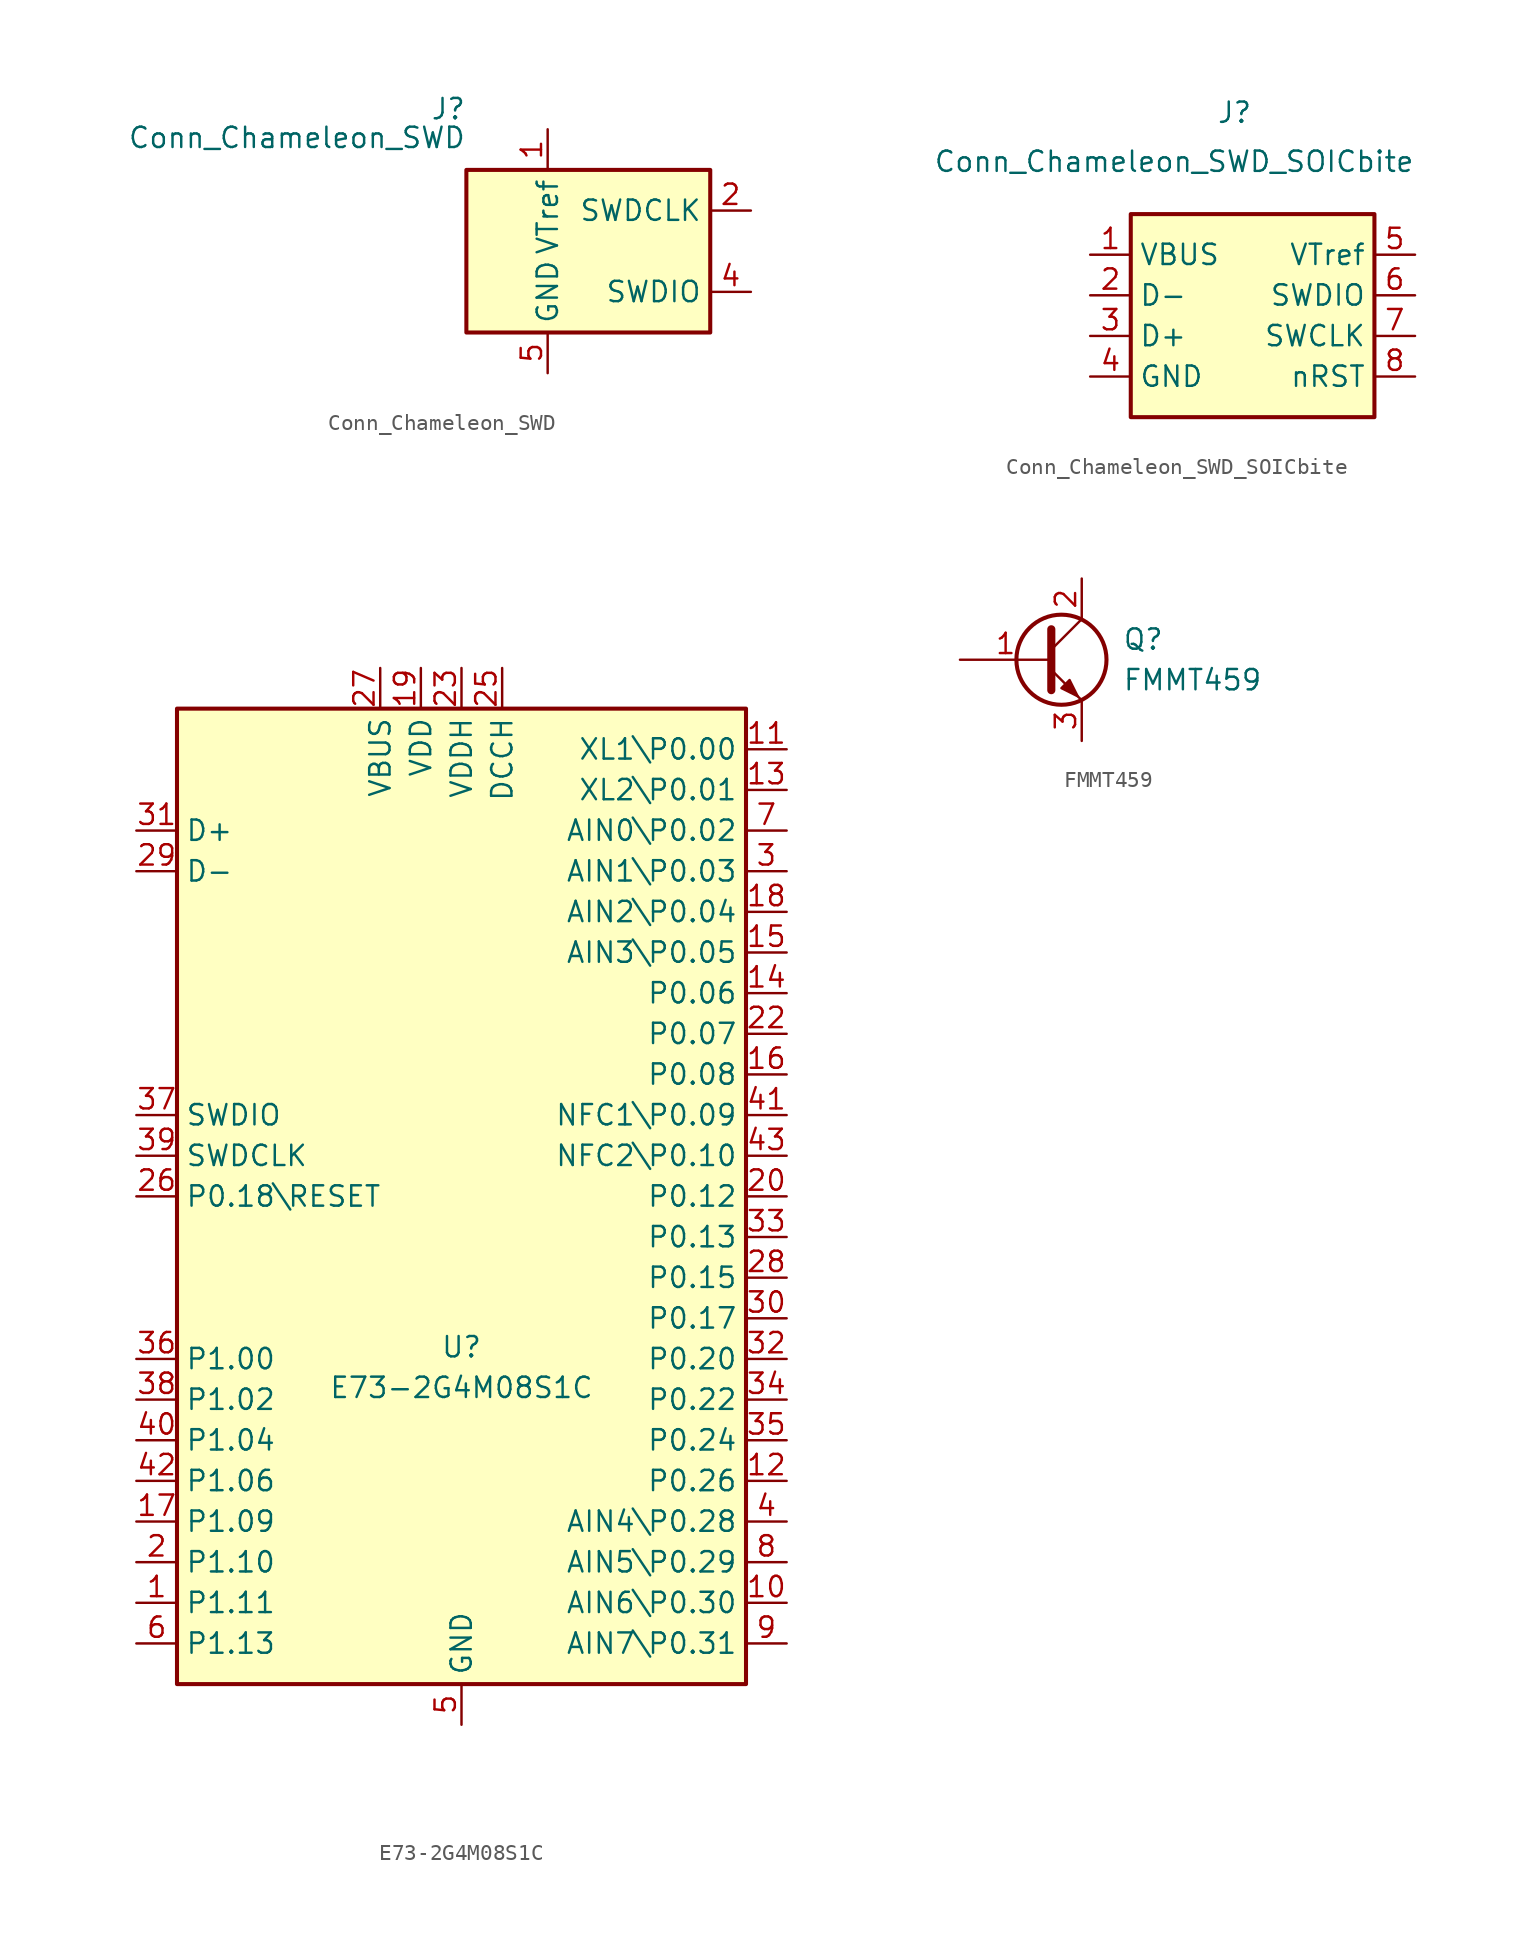
<source format=kicad_sym>
(kicad_symbol_lib
  (version 20201005)
  (generator kicad_symbol_editor)
  (symbol "Chameleon_Electronics:Conn_Chameleon_SWD"
    (property "Reference" "J"
      (at -7.62 8.89 0)
      (effects (font (size 1.27 1.27)) (justify right)))
    (property "Value" "Conn_Chameleon_SWD"
      (at -7.62 6.35 0)
      (effects (font (size 1.27 1.27)) (justify right bottom)))
    (symbol "Conn_Chameleon_SWD_0_1"
      (rectangle (start -7.62 5.08) (end 7.62 -5.08) (stroke (width 0.254)) (fill (type background))))
    (symbol "Conn_Chameleon_SWD_1_1"
      (pin power_in line (at -2.54 7.62 270) (length 2.54) (name "VTref" (effects (font (size 1.27 1.27)))) (number "1" (effects (font (size 1.27 1.27)))))
      (pin output line (at 10.16 2.54 180) (length 2.54) (name "SWDCLK" (effects (font (size 1.27 1.27)))) (number "2" (effects (font (size 1.27 1.27)))))
      (pin no_connect line (at -7.62 2.54 0) (length 2.54) hide (name "NC" (effects (font (size 1.27 1.27)))) (number "3" (effects (font (size 1.27 1.27)))))
      (pin bidirectional line (at 10.16 -2.54 180) (length 2.54) (name "SWDIO" (effects (font (size 1.27 1.27)))) (number "4" (effects (font (size 1.27 1.27)))))
      (pin power_in line (at -2.54 -7.62 90) (length 2.54) (name "GND" (effects (font (size 1.27 1.27)))) (number "5" (effects (font (size 1.27 1.27)))))
      (pin no_connect line (at -7.62 -2.54 0) (length 2.54) hide (name "NC" (effects (font (size 1.27 1.27)))) (number "6" (effects (font (size 1.27 1.27)))))))
  (symbol "Chameleon_Electronics:Conn_Chameleon_SWD_SOICbite"
    (property "Reference" "J"
      (at 0 11.43 0)
      (effects (font (size 1.27 1.27)) (justify right)))
    (property "Value" "Conn_Chameleon_SWD_SOICbite"
      (at 10.16 7.62 0)
      (effects (font (size 1.27 1.27)) (justify right bottom)))
    (symbol "Conn_Chameleon_SWD_SOICbite_0_1"
      (rectangle (start -7.62 5.08) (end 7.62 -7.62) (stroke (width 0.254)) (fill (type background))))
    (symbol "Conn_Chameleon_SWD_SOICbite_1_1"
      (pin power_in line (at -10.16 2.54 0) (length 2.54) (name "VBUS" (effects (font (size 1.27 1.27)))) (number "1" (effects (font (size 1.27 1.27)))))
      (pin bidirectional line (at -10.16 0 0) (length 2.54) (name "D-" (effects (font (size 1.27 1.27)))) (number "2" (effects (font (size 1.27 1.27)))))
      (pin bidirectional line (at -10.16 -2.54 0) (length 2.54) (name "D+" (effects (font (size 1.27 1.27)))) (number "3" (effects (font (size 1.27 1.27)))))
      (pin power_in line (at -10.16 -5.08 0) (length 2.54) (name "GND" (effects (font (size 1.27 1.27)))) (number "4" (effects (font (size 1.27 1.27)))))
      (pin bidirectional line (at 10.16 0 180) (length 2.54) (name "SWDIO" (effects (font (size 1.27 1.27)))) (number "6" (effects (font (size 1.27 1.27)))))
      (pin power_in line (at 10.16 2.54 180) (length 2.54) (name "VTref" (effects (font (size 1.27 1.27)))) (number "5" (effects (font (size 1.27 1.27)))))
      (pin bidirectional line (at 10.16 -2.54 180) (length 2.54) (name "SWCLK" (effects (font (size 1.27 1.27)))) (number "7" (effects (font (size 1.27 1.27)))))
      (pin output line (at 10.16 -5.08 180) (length 2.54) (name "nRST" (effects (font (size 1.27 1.27)))) (number "8" (effects (font (size 1.27 1.27)))))))
  (symbol "Chameleon_Electronics:E73-2G4M08S1C"
    (property "Reference" "U"
      (at 0 -10.16 0)
      (effects (font (size 1.27 1.27)) (justify bottom)))
    (property "Value" "E73-2G4M08S1C"
      (at 0 -12.7 0)
      (effects (font (size 1.27 1.27)) (justify bottom)))
    (symbol "E73-2G4M08S1C_0_1"
      (rectangle (start -17.78 30.48) (end 17.78 -30.48) (stroke (width 0.254)) (fill (type background))))
    (symbol "E73-2G4M08S1C_1_1"
      (pin bidirectional line (at -20.32 -25.4 0) (length 2.54) (name "P1.11" (effects (font (size 1.27 1.27)))) (number "1" (effects (font (size 1.27 1.27)))))
      (pin bidirectional line (at 20.32 -25.4 180) (length 2.54) (name "AIN6\\P0.30" (effects (font (size 1.27 1.27)))) (number "10" (effects (font (size 1.27 1.27)))))
      (pin bidirectional line (at 20.32 27.94 180) (length 2.54) (name "XL1\\P0.00" (effects (font (size 1.27 1.27)))) (number "11" (effects (font (size 1.27 1.27)))))
      (pin bidirectional line (at 20.32 -17.78 180) (length 2.54) (name "P0.26" (effects (font (size 1.27 1.27)))) (number "12" (effects (font (size 1.27 1.27)))))
      (pin bidirectional line (at 20.32 25.4 180) (length 2.54) (name "XL2\\P0.01" (effects (font (size 1.27 1.27)))) (number "13" (effects (font (size 1.27 1.27)))))
      (pin bidirectional line (at 20.32 12.7 180) (length 2.54) (name "P0.06" (effects (font (size 1.27 1.27)))) (number "14" (effects (font (size 1.27 1.27)))))
      (pin bidirectional line (at 20.32 15.24 180) (length 2.54) (name "AIN3\\P0.05" (effects (font (size 1.27 1.27)))) (number "15" (effects (font (size 1.27 1.27)))))
      (pin bidirectional line (at 20.32 7.62 180) (length 2.54) (name "P0.08" (effects (font (size 1.27 1.27)))) (number "16" (effects (font (size 1.27 1.27)))))
      (pin bidirectional line (at -20.32 -20.32 0) (length 2.54) (name "P1.09" (effects (font (size 1.27 1.27)))) (number "17" (effects (font (size 1.27 1.27)))))
      (pin bidirectional line (at 20.32 17.78 180) (length 2.54) (name "AIN2\\P0.04" (effects (font (size 1.27 1.27)))) (number "18" (effects (font (size 1.27 1.27)))))
      (pin power_in line (at -2.54 33.02 270) (length 2.54) (name "VDD" (effects (font (size 1.27 1.27)))) (number "19" (effects (font (size 1.27 1.27)))))
      (pin bidirectional line (at -20.32 -22.86 0) (length 2.54) (name "P1.10" (effects (font (size 1.27 1.27)))) (number "2" (effects (font (size 1.27 1.27)))))
      (pin bidirectional line (at 20.32 0 180) (length 2.54) (name "P0.12" (effects (font (size 1.27 1.27)))) (number "20" (effects (font (size 1.27 1.27)))))
      (pin passive line (at 0 -33.02 90) (length 2.54) hide (name "GND" (effects (font (size 1.27 1.27)))) (number "21" (effects (font (size 1.27 1.27)))))
      (pin bidirectional line (at 20.32 10.16 180) (length 2.54) (name "P0.07" (effects (font (size 1.27 1.27)))) (number "22" (effects (font (size 1.27 1.27)))))
      (pin power_in line (at 0 33.02 270) (length 2.54) (name "VDDH" (effects (font (size 1.27 1.27)))) (number "23" (effects (font (size 1.27 1.27)))))
      (pin passive line (at 0 -33.02 90) (length 2.54) hide (name "GND" (effects (font (size 1.27 1.27)))) (number "24" (effects (font (size 1.27 1.27)))))
      (pin power_out line (at 2.54 33.02 270) (length 2.54) (name "DCCH" (effects (font (size 1.27 1.27)))) (number "25" (effects (font (size 1.27 1.27)))))
      (pin bidirectional line (at -20.32 0 0) (length 2.54) (name "P0.18\\RESET" (effects (font (size 1.27 1.27)))) (number "26" (effects (font (size 1.27 1.27)))))
      (pin power_in line (at -5.08 33.02 270) (length 2.54) (name "VBUS" (effects (font (size 1.27 1.27)))) (number "27" (effects (font (size 1.27 1.27)))))
      (pin bidirectional line (at 20.32 -5.08 180) (length 2.54) (name "P0.15" (effects (font (size 1.27 1.27)))) (number "28" (effects (font (size 1.27 1.27)))))
      (pin bidirectional line (at -20.32 20.32 0) (length 2.54) (name "D-" (effects (font (size 1.27 1.27)))) (number "29" (effects (font (size 1.27 1.27)))))
      (pin bidirectional line (at 20.32 20.32 180) (length 2.54) (name "AIN1\\P0.03" (effects (font (size 1.27 1.27)))) (number "3" (effects (font (size 1.27 1.27)))))
      (pin bidirectional line (at 20.32 -7.62 180) (length 2.54) (name "P0.17" (effects (font (size 1.27 1.27)))) (number "30" (effects (font (size 1.27 1.27)))))
      (pin bidirectional line (at -20.32 22.86 0) (length 2.54) (name "D+" (effects (font (size 1.27 1.27)))) (number "31" (effects (font (size 1.27 1.27)))))
      (pin bidirectional line (at 20.32 -10.16 180) (length 2.54) (name "P0.20" (effects (font (size 1.27 1.27)))) (number "32" (effects (font (size 1.27 1.27)))))
      (pin bidirectional line (at 20.32 -2.54 180) (length 2.54) (name "P0.13" (effects (font (size 1.27 1.27)))) (number "33" (effects (font (size 1.27 1.27)))))
      (pin bidirectional line (at 20.32 -12.7 180) (length 2.54) (name "P0.22" (effects (font (size 1.27 1.27)))) (number "34" (effects (font (size 1.27 1.27)))))
      (pin bidirectional line (at 20.32 -15.24 180) (length 2.54) (name "P0.24" (effects (font (size 1.27 1.27)))) (number "35" (effects (font (size 1.27 1.27)))))
      (pin bidirectional line (at -20.32 -10.16 0) (length 2.54) (name "P1.00" (effects (font (size 1.27 1.27)))) (number "36" (effects (font (size 1.27 1.27)))))
      (pin bidirectional line (at -20.32 5.08 0) (length 2.54) (name "SWDIO" (effects (font (size 1.27 1.27)))) (number "37" (effects (font (size 1.27 1.27)))))
      (pin bidirectional line (at -20.32 -12.7 0) (length 2.54) (name "P1.02" (effects (font (size 1.27 1.27)))) (number "38" (effects (font (size 1.27 1.27)))))
      (pin bidirectional line (at -20.32 2.54 0) (length 2.54) (name "SWDCLK" (effects (font (size 1.27 1.27)))) (number "39" (effects (font (size 1.27 1.27)))))
      (pin bidirectional line (at 20.32 -20.32 180) (length 2.54) (name "AIN4\\P0.28" (effects (font (size 1.27 1.27)))) (number "4" (effects (font (size 1.27 1.27)))))
      (pin bidirectional line (at -20.32 -15.24 0) (length 2.54) (name "P1.04" (effects (font (size 1.27 1.27)))) (number "40" (effects (font (size 1.27 1.27)))))
      (pin bidirectional line (at 20.32 5.08 180) (length 2.54) (name "NFC1\\P0.09" (effects (font (size 1.27 1.27)))) (number "41" (effects (font (size 1.27 1.27)))))
      (pin bidirectional line (at -20.32 -17.78 0) (length 2.54) (name "P1.06" (effects (font (size 1.27 1.27)))) (number "42" (effects (font (size 1.27 1.27)))))
      (pin bidirectional line (at 20.32 2.54 180) (length 2.54) (name "NFC2\\P0.10" (effects (font (size 1.27 1.27)))) (number "43" (effects (font (size 1.27 1.27)))))
      (pin power_in line (at 0 -33.02 90) (length 2.54) (name "GND" (effects (font (size 1.27 1.27)))) (number "5" (effects (font (size 1.27 1.27)))))
      (pin bidirectional line (at -20.32 -27.94 0) (length 2.54) (name "P1.13" (effects (font (size 1.27 1.27)))) (number "6" (effects (font (size 1.27 1.27)))))
      (pin bidirectional line (at 20.32 22.86 180) (length 2.54) (name "AIN0\\P0.02" (effects (font (size 1.27 1.27)))) (number "7" (effects (font (size 1.27 1.27)))))
      (pin bidirectional line (at 20.32 -22.86 180) (length 2.54) (name "AIN5\\P0.29" (effects (font (size 1.27 1.27)))) (number "8" (effects (font (size 1.27 1.27)))))
      (pin bidirectional line (at 20.32 -27.94 180) (length 2.54) (name "AIN7\\P0.31" (effects (font (size 1.27 1.27)))) (number "9" (effects (font (size 1.27 1.27)))))))
  (symbol "Chameleon_Electronics:FMMT459"
    (pin_names
      (offset 0) hide)
    (property "Reference" "Q"
      (at 5.08 1.27 0)
      (effects (font (size 1.27 1.27)) (justify left)))
    (property "Value" "FMMT459"
      (at 5.08 -1.27 0)
      (effects (font (size 1.27 1.27)) (justify left)))
    (symbol "FMMT459_0_1"
      (circle (center 1.27 0) (radius 2.819) (stroke (width 0.254)) (fill (type none)))
      (polyline (pts (xy 0.635 0.635) (xy 2.54 2.54)) (stroke (width 0)) (fill (type none)))
      (polyline (pts (xy 0.635 -0.635) (xy 2.54 -2.54) (xy 2.54 -2.54)) (stroke (width 0)) (fill (type none)))
      (polyline (pts (xy 0.635 1.905) (xy 0.635 -1.905) (xy 0.635 -1.905)) (stroke (width 0.508)) (fill (type none)))
      (polyline (pts (xy 1.27 -1.778) (xy 1.778 -1.27) (xy 2.286 -2.286) (xy 1.27 -1.778) (xy 1.27 -1.778)) (stroke (width 0)) (fill (type outline))))
    (symbol "FMMT459_1_1"
      (pin input line (at -5.08 0 0) (length 5.715) (name "B" (effects (font (size 1.27 1.27)))) (number "1" (effects (font (size 1.27 1.27)))))
      (pin passive line (at 2.54 5.08 270) (length 2.54) (name "C" (effects (font (size 1.27 1.27)))) (number "2" (effects (font (size 1.27 1.27)))))
      (pin passive line (at 2.54 -5.08 90) (length 2.54) (name "E" (effects (font (size 1.27 1.27)))) (number "3" (effects (font (size 1.27 1.27))))))))
</source>
